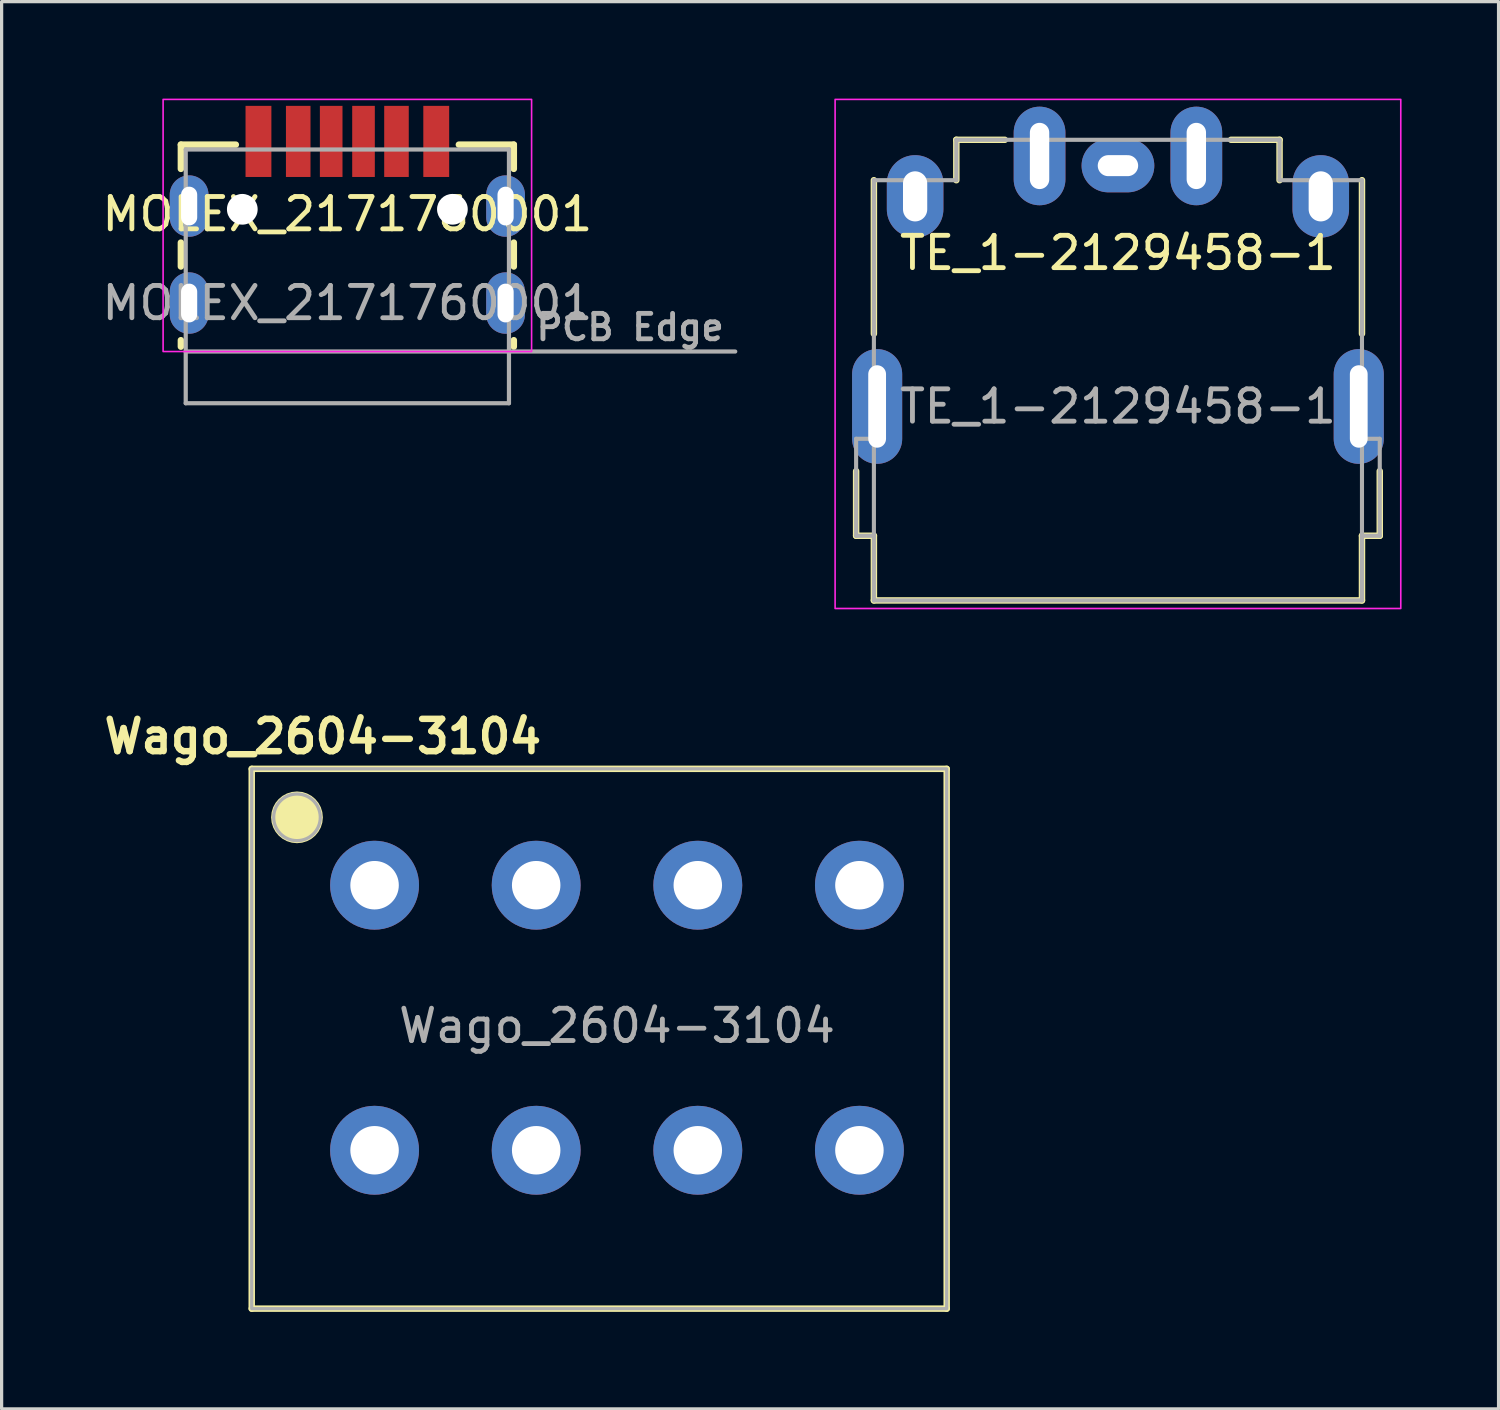
<source format=kicad_pcb>
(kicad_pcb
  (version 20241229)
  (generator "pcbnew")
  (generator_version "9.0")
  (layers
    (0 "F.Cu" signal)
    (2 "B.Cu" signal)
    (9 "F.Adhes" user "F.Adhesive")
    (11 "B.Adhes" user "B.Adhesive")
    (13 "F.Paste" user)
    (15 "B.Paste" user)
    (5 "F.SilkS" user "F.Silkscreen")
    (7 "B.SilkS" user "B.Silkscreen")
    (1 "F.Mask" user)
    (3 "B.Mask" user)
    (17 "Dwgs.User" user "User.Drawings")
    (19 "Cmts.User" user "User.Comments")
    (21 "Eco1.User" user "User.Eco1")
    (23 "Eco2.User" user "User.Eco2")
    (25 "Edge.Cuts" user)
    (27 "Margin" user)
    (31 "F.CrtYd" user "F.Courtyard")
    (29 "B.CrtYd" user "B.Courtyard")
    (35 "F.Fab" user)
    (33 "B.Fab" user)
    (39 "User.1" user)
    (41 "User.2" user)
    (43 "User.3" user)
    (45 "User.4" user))
  (footprint "Wago_2604-3104"
    (layer "F.Cu")
    (at 16.038 28.436)
    (property "Reference" "Wago_2604-3104" (at -9.1 -8.7 0) (unlocked yes) (layer "F.SilkS") (effects (font (size 1 1) (thickness 0.2) (bold yes))))
    (attr smd)
    (fp_line (start -11.3 -7.7) (end -11.3 9) (stroke (width 0.2) (type default)) (layer "F.SilkS"))
    (fp_line (start -11.3 -7.7) (end 10.2 -7.7) (stroke (width 0.2) (type default)) (layer "F.SilkS"))
    (fp_line (start -11.3 9) (end 10.2 9) (stroke (width 0.2) (type default)) (layer "F.SilkS"))
    (fp_line (start 10.2 -7.7) (end 10.2 9) (stroke (width 0.2) (type default)) (layer "F.SilkS"))
    (fp_circle (center -9.9 -6.2) (end -9.5 -6.2) (stroke (width 0.8) (type default)) (fill no) (layer "F.SilkS"))
    (fp_rect (start -11.3 -7.7) (end 10.2 9) (stroke (width 0.1) (type default)) (fill no) (layer "F.Fab"))
    (fp_circle (center -9.9 -6.2) (end -9.5 -6.8) (stroke (width 0.1) (type default)) (fill no) (layer "F.Fab"))
    (fp_text user "${REFERENCE}" (at 0 0.25 0) (unlocked yes) (layer "F.Fab") (effects (font (size 1 1) (thickness 0.15))))
    (pad "1" thru_hole circle (at -7.5 -4.1 90) (size 2.75 2.75) (drill 1.5) (layers "*.Cu" "*.Mask"))
    (pad "1" thru_hole circle (at -7.5 4.1 90) (size 2.75 2.75) (drill 1.5) (layers "*.Cu" "*.Mask"))
    (pad "2" thru_hole circle (at -2.5 -4.1 90) (size 2.75 2.75) (drill 1.5) (layers "*.Cu" "*.Mask"))
    (pad "2" thru_hole circle (at -2.5 4.1 90) (size 2.75 2.75) (drill 1.5) (layers "*.Cu" "*.Mask"))
    (pad "3" thru_hole circle (at 2.5 -4.1 90) (size 2.75 2.75) (drill 1.5) (layers "*.Cu" "*.Mask"))
    (pad "3" thru_hole circle (at 2.5 4.1 90) (size 2.75 2.75) (drill 1.5) (layers "*.Cu" "*.Mask"))
    (pad "4" thru_hole circle (at 7.5 -4.1 90) (size 2.75 2.75) (drill 1.5) (layers "*.Cu" "*.Mask"))
    (pad "4" thru_hole circle (at 7.5 4.1 90) (size 2.75 2.75) (drill 1.5) (layers "*.Cu" "*.Mask")))
  (footprint "MOLEX_2171760001"
    (layer "F.Cu")
    (at 7.696 7.825)
    (property "Reference" "MOLEX_2171760001" (at 0 -4.25 0) (layer "F.SilkS") (effects (font (size 1 1) (thickness 0.15))))
    (attr smd)
    (fp_circle (center -3.25 -4.4) (end -2.981 -4.4) (stroke (width 0.538) (type solid)) (fill no) (layer "F.Mask"))
    (fp_circle (center 3.25 -4.4) (end 3.519 -4.4) (stroke (width 0.538) (type solid)) (fill no) (layer "F.Mask"))
    (fp_circle (center -3.25 -4.4) (end -2.981 -4.4) (stroke (width 0.538) (type solid)) (fill no) (layer "B.Mask"))
    (fp_circle (center 3.25 -4.4) (end 3.519 -4.4) (stroke (width 0.538) (type solid)) (fill no) (layer "B.Mask"))
    (fp_line (start -5.15 -6.4) (end -5.15 -5.65) (stroke (width 0.2) (type solid)) (layer "F.SilkS"))
    (fp_line (start -5.15 -6.4) (end -3.45 -6.4) (stroke (width 0.2) (type solid)) (layer "F.SilkS"))
    (fp_line (start -5.15 -3.37) (end -5.15 -2.63) (stroke (width 0.2) (type solid)) (layer "F.SilkS"))
    (fp_line (start -5.15 -0.15) (end -5.15 -0.35) (stroke (width 0.2) (type solid)) (layer "F.SilkS"))
    (fp_line (start 3.45 -6.4) (end 5.15 -6.4) (stroke (width 0.2) (type solid)) (layer "F.SilkS"))
    (fp_line (start 5.15 -6.4) (end 5.15 -5.65) (stroke (width 0.2) (type solid)) (layer "F.SilkS"))
    (fp_line (start 5.15 -3.37) (end 5.15 -2.63) (stroke (width 0.2) (type solid)) (layer "F.SilkS"))
    (fp_line (start 5.15 -0.15) (end 5.15 -0.35) (stroke (width 0.2) (type solid)) (layer "F.SilkS"))
    (fp_rect (start -5.7 -7.8) (end 5.7 0) (stroke (width 0.05) (type default)) (fill no) (layer "F.CrtYd"))
    (fp_line (start -5 -6.25) (end -5 0) (stroke (width 0.13) (type solid)) (layer "F.Fab"))
    (fp_line (start -5 -6.25) (end 5 -6.25) (stroke (width 0.13) (type solid)) (layer "F.Fab"))
    (fp_line (start -5 0) (end -5 1.6) (stroke (width 0.13) (type solid)) (layer "F.Fab"))
    (fp_line (start -5 0) (end 12 0) (stroke (width 0.13) (type solid)) (layer "F.Fab"))
    (fp_line (start -5 1.6) (end 5 1.6) (stroke (width 0.13) (type solid)) (layer "F.Fab"))
    (fp_line (start 5 -6.25) (end 5 1.6) (stroke (width 0.13) (type solid)) (layer "F.Fab"))
    (fp_text user "PCB Edge" (at 8.75 -0.75 0) (layer "F.Fab") (effects (font (size 0.787 0.787) (thickness 0.15))))
    (fp_text user "${REFERENCE}" (at 0 -1.5 0) (layer "F.Fab") (effects (font (size 1 1) (thickness 0.15))))
    (pad "" np_thru_hole circle (at -3.25 -4.4) (size 0.95 0.95) (drill 0.95) (layers "*.Cu" "*.Mask"))
    (pad "" np_thru_hole circle (at 3.25 -4.4) (size 0.95 0.95) (drill 0.95) (layers "*.Cu" "*.Mask"))
    (pad "A5" smd rect (at -0.5 -6.5) (size 0.7 2.2) (layers "F.Cu" "F.Paste"))
    (pad "A9" smd rect (at -1.52 -6.5) (size 0.76 2.2) (layers "F.Cu" "F.Paste"))
    (pad "A12" smd rect (at -2.75 -6.5) (size 0.8 2.2) (layers "F.Cu" "F.Paste"))
    (pad "B5" smd rect (at 0.5 -6.5) (size 0.7 2.2) (layers "F.Cu" "F.Paste"))
    (pad "B9" smd rect (at 1.52 -6.5) (size 0.76 2.2) (layers "F.Cu" "F.Paste"))
    (pad "B12" smd rect (at 2.75 -6.5) (size 0.8 2.2) (layers "F.Cu" "F.Paste"))
    (pad "S1" thru_hole oval (at -4.895 -1.5) (size 1.2 1.9) (drill oval 0.5 1.2) (layers "*.Cu" "*.Mask"))
    (pad "S2" thru_hole oval (at -4.895 -4.5) (size 1.2 1.9) (drill oval 0.5 1.2) (layers "*.Cu" "*.Mask"))
    (pad "S3" thru_hole oval (at 4.895 -4.5) (size 1.2 1.9) (drill oval 0.5 1.2) (layers "*.Cu" "*.Mask"))
    (pad "S4" thru_hole oval (at 4.895 -1.5) (size 1.2 1.9) (drill oval 0.5 1.2) (layers "*.Cu" "*.Mask")))
  (footprint "TE_1-2129458-1"
    (layer "F.Cu")
    (at 31.536 9.525)
    (property "Reference" "TE_1-2129458-1" (at 0 -4.75 0) (layer "F.SilkS") (effects (font (size 1 1) (thickness 0.15))))
    (attr through_hole)
    (fp_line (start -8.1 4) (end -8.1 2) (stroke (width 0.2) (type solid)) (layer "F.SilkS"))
    (fp_line (start -7.55 -2.25) (end -7.55 -7) (stroke (width 0.2) (type solid)) (layer "F.SilkS"))
    (fp_line (start -7.55 4) (end -8.1 4) (stroke (width 0.2) (type solid)) (layer "F.SilkS"))
    (fp_line (start -7.55 6) (end -7.55 4) (stroke (width 0.2) (type solid)) (layer "F.SilkS"))
    (fp_line (start -5 -8.25) (end -3.5 -8.25) (stroke (width 0.2) (type solid)) (layer "F.SilkS"))
    (fp_line (start -5 -7) (end -5 -8.25) (stroke (width 0.2) (type solid)) (layer "F.SilkS"))
    (fp_line (start 3.5 -8.25) (end 5 -8.25) (stroke (width 0.2) (type solid)) (layer "F.SilkS"))
    (fp_line (start 5 -7) (end 5 -8.25) (stroke (width 0.2) (type solid)) (layer "F.SilkS"))
    (fp_line (start 7.55 -7) (end 7.55 -2.25) (stroke (width 0.2) (type solid)) (layer "F.SilkS"))
    (fp_line (start 7.55 4) (end 7.55 6) (stroke (width 0.2) (type solid)) (layer "F.SilkS"))
    (fp_line (start 7.55 4) (end 8.1 4) (stroke (width 0.2) (type solid)) (layer "F.SilkS"))
    (fp_line (start 7.55 6) (end -7.55 6) (stroke (width 0.2) (type solid)) (layer "F.SilkS"))
    (fp_line (start 8.1 4) (end 8.1 2) (stroke (width 0.2) (type solid)) (layer "F.SilkS"))
    (fp_rect (start -8.75 -9.5) (end 8.75 6.25) (stroke (width 0.05) (type default)) (fill no) (layer "F.CrtYd"))
    (fp_line (start -8.1 1) (end -7.55 1) (stroke (width 0.127) (type solid)) (layer "F.Fab"))
    (fp_line (start -8.1 4) (end -8.1 1) (stroke (width 0.127) (type solid)) (layer "F.Fab"))
    (fp_line (start -7.55 -7) (end -5 -7) (stroke (width 0.127) (type solid)) (layer "F.Fab"))
    (fp_line (start -7.55 1) (end -7.55 -7) (stroke (width 0.127) (type solid)) (layer "F.Fab"))
    (fp_line (start -7.55 4) (end -8.1 4) (stroke (width 0.127) (type solid)) (layer "F.Fab"))
    (fp_line (start -7.55 4) (end -7.55 1) (stroke (width 0.127) (type solid)) (layer "F.Fab"))
    (fp_line (start -7.55 6) (end -7.55 4) (stroke (width 0.127) (type solid)) (layer "F.Fab"))
    (fp_line (start -5 -8.25) (end 5 -8.25) (stroke (width 0.127) (type solid)) (layer "F.Fab"))
    (fp_line (start -5 -7) (end -5 -8.25) (stroke (width 0.127) (type solid)) (layer "F.Fab"))
    (fp_line (start 5 -7) (end 5 -8.25) (stroke (width 0.127) (type solid)) (layer "F.Fab"))
    (fp_line (start 7.55 -7) (end 5 -7) (stroke (width 0.127) (type solid)) (layer "F.Fab"))
    (fp_line (start 7.55 -7) (end 7.55 1) (stroke (width 0.127) (type solid)) (layer "F.Fab"))
    (fp_line (start 7.55 1) (end 7.55 4) (stroke (width 0.127) (type solid)) (layer "F.Fab"))
    (fp_line (start 7.55 4) (end 7.55 6) (stroke (width 0.127) (type solid)) (layer "F.Fab"))
    (fp_line (start 7.55 4) (end 8.1 4) (stroke (width 0.127) (type solid)) (layer "F.Fab"))
    (fp_line (start 7.55 6) (end -7.55 6) (stroke (width 0.127) (type solid)) (layer "F.Fab"))
    (fp_line (start 8.1 1) (end 7.55 1) (stroke (width 0.127) (type solid)) (layer "F.Fab"))
    (fp_line (start 8.1 4) (end 8.1 1) (stroke (width 0.127) (type solid)) (layer "F.Fab"))
    (fp_text user "${REFERENCE}" (at 0 0 0) (unlocked yes) (layer "F.Fab") (effects (font (size 1 1) (thickness 0.15))))
    (pad "1" thru_hole oval (at -6.275 -6.5) (size 1.75 2.55) (drill oval 0.75 1.55) (layers "*.Cu" "*.Mask"))
    (pad "2" thru_hole oval (at -2.425 -7.75) (size 1.6 3.05) (drill oval 0.6 2.05) (layers "*.Cu" "*.Mask"))
    (pad "3" thru_hole oval (at 0 -7.45) (size 2.25 1.65) (drill oval 1.25 0.65) (layers "*.Cu" "*.Mask"))
    (pad "4" thru_hole oval (at 2.425 -7.75) (size 1.6 3.05) (drill oval 0.6 2.05) (layers "*.Cu" "*.Mask"))
    (pad "5" thru_hole oval (at 6.275 -6.5) (size 1.75 2.55) (drill oval 0.75 1.55) (layers "*.Cu" "*.Mask"))
    (pad "SH1" thru_hole oval (at -7.45 0) (size 1.55 3.55) (drill oval 0.55 2.55) (layers "*.Cu" "*.Mask"))
    (pad "SH2" thru_hole oval (at 7.45 0) (size 1.55 3.55) (drill oval 0.55 2.55) (layers "*.Cu" "*.Mask")))
  (gr_rect
    (start -3 -3)
    (end 43.311 40.536)
    (stroke (width 0.1) (type default))
    (fill no)
    (layer "Edge.Cuts")))
</source>
